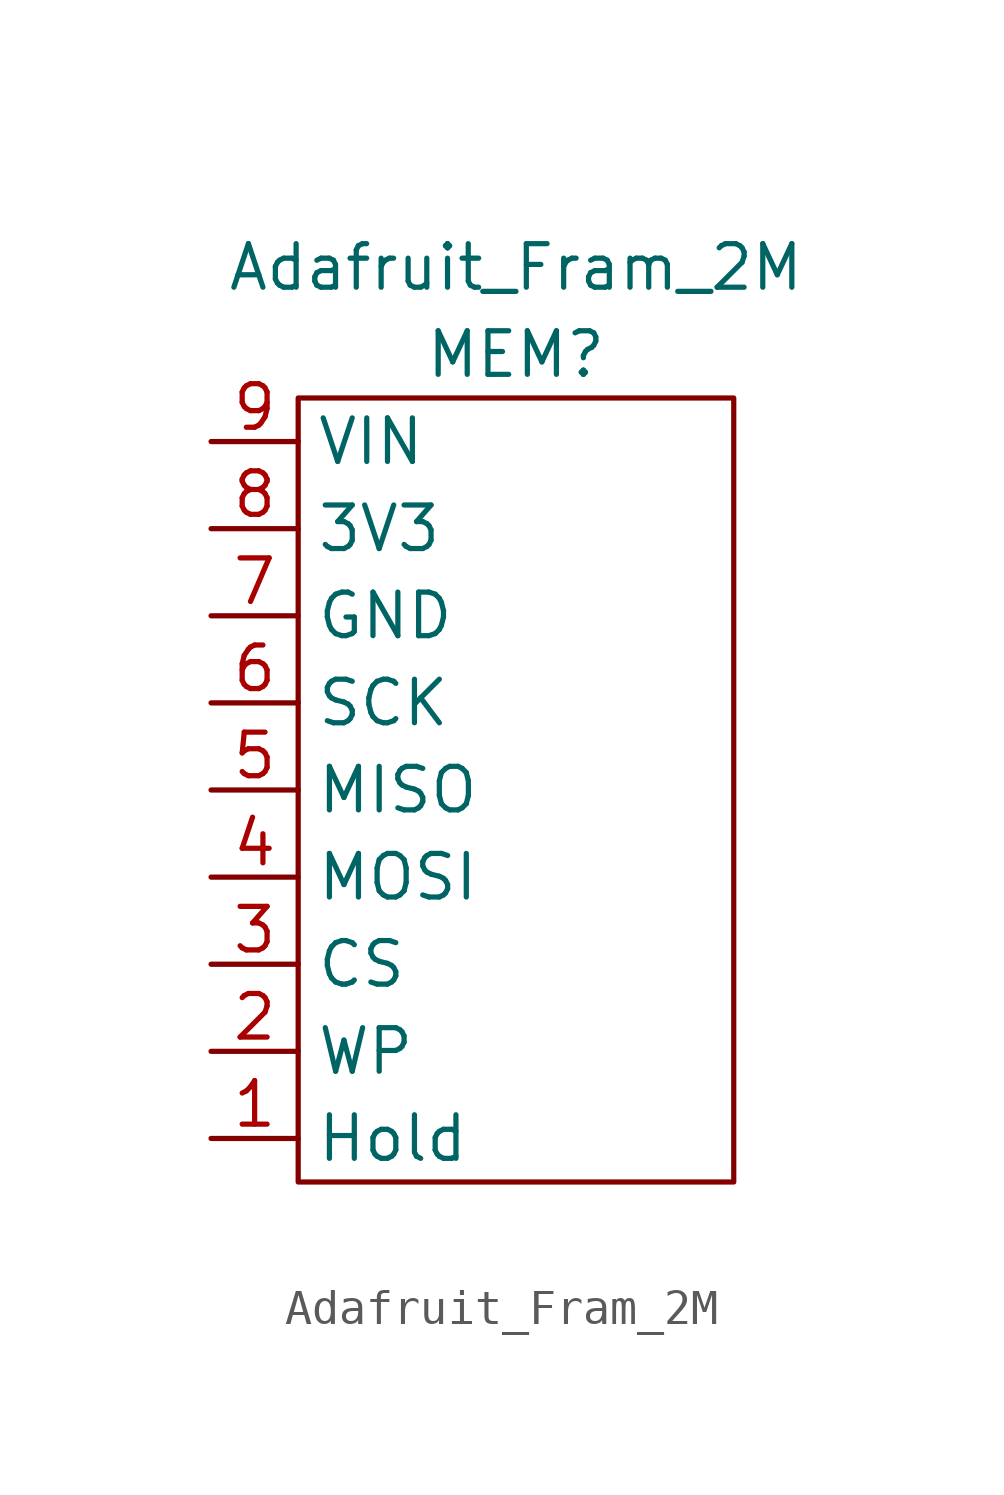
<source format=kicad_sym>
(kicad_symbol_lib
  (version 20211014)
  (generator kicad_symbol_editor)
  (symbol "Adafruit_Fram_2M"
    (property "Reference" "MEM"
      (at 0 12.7 0)
      (effects (font (size 1.27 1.27))))
    (property "Value" "Adafruit_Fram_2M"
      (at 0 15.24 0)
      (effects (font (size 1.27 1.27))))
    (symbol "Adafruit_Fram_2M_0_1"
      (rectangle (start -6.35 11.43) (end 6.35 -11.43) (stroke (width 0.152) (type default) (color 0 0 0 0)) (fill (type none))))
    (symbol "Adafruit_Fram_2M_1_1"
      (pin input line (at -8.89 -10.16 0) (length 2.54) (name "Hold" (effects (font (size 1.27 1.27)))) (number "1" (effects (font (size 1.27 1.27)))))
      (pin input line (at -8.89 -7.62 0) (length 2.54) (name "WP" (effects (font (size 1.27 1.27)))) (number "2" (effects (font (size 1.27 1.27)))))
      (pin input line (at -8.89 -5.08 0) (length 2.54) (name "CS" (effects (font (size 1.27 1.27)))) (number "3" (effects (font (size 1.27 1.27)))))
      (pin input line (at -8.89 -2.54 0) (length 2.54) (name "MOSI" (effects (font (size 1.27 1.27)))) (number "4" (effects (font (size 1.27 1.27)))))
      (pin output line (at -8.89 0 0) (length 2.54) (name "MISO" (effects (font (size 1.27 1.27)))) (number "5" (effects (font (size 1.27 1.27)))))
      (pin input line (at -8.89 2.54 0) (length 2.54) (name "SCK" (effects (font (size 1.27 1.27)))) (number "6" (effects (font (size 1.27 1.27)))))
      (pin input line (at -8.89 5.08 0) (length 2.54) (name "GND" (effects (font (size 1.27 1.27)))) (number "7" (effects (font (size 1.27 1.27)))))
      (pin input line (at -8.89 7.62 0) (length 2.54) (name "3V3" (effects (font (size 1.27 1.27)))) (number "8" (effects (font (size 1.27 1.27)))))
      (pin input line (at -8.89 10.16 0) (length 2.54) (name "VIN" (effects (font (size 1.27 1.27)))) (number "9" (effects (font (size 1.27 1.27))))))))
</source>
